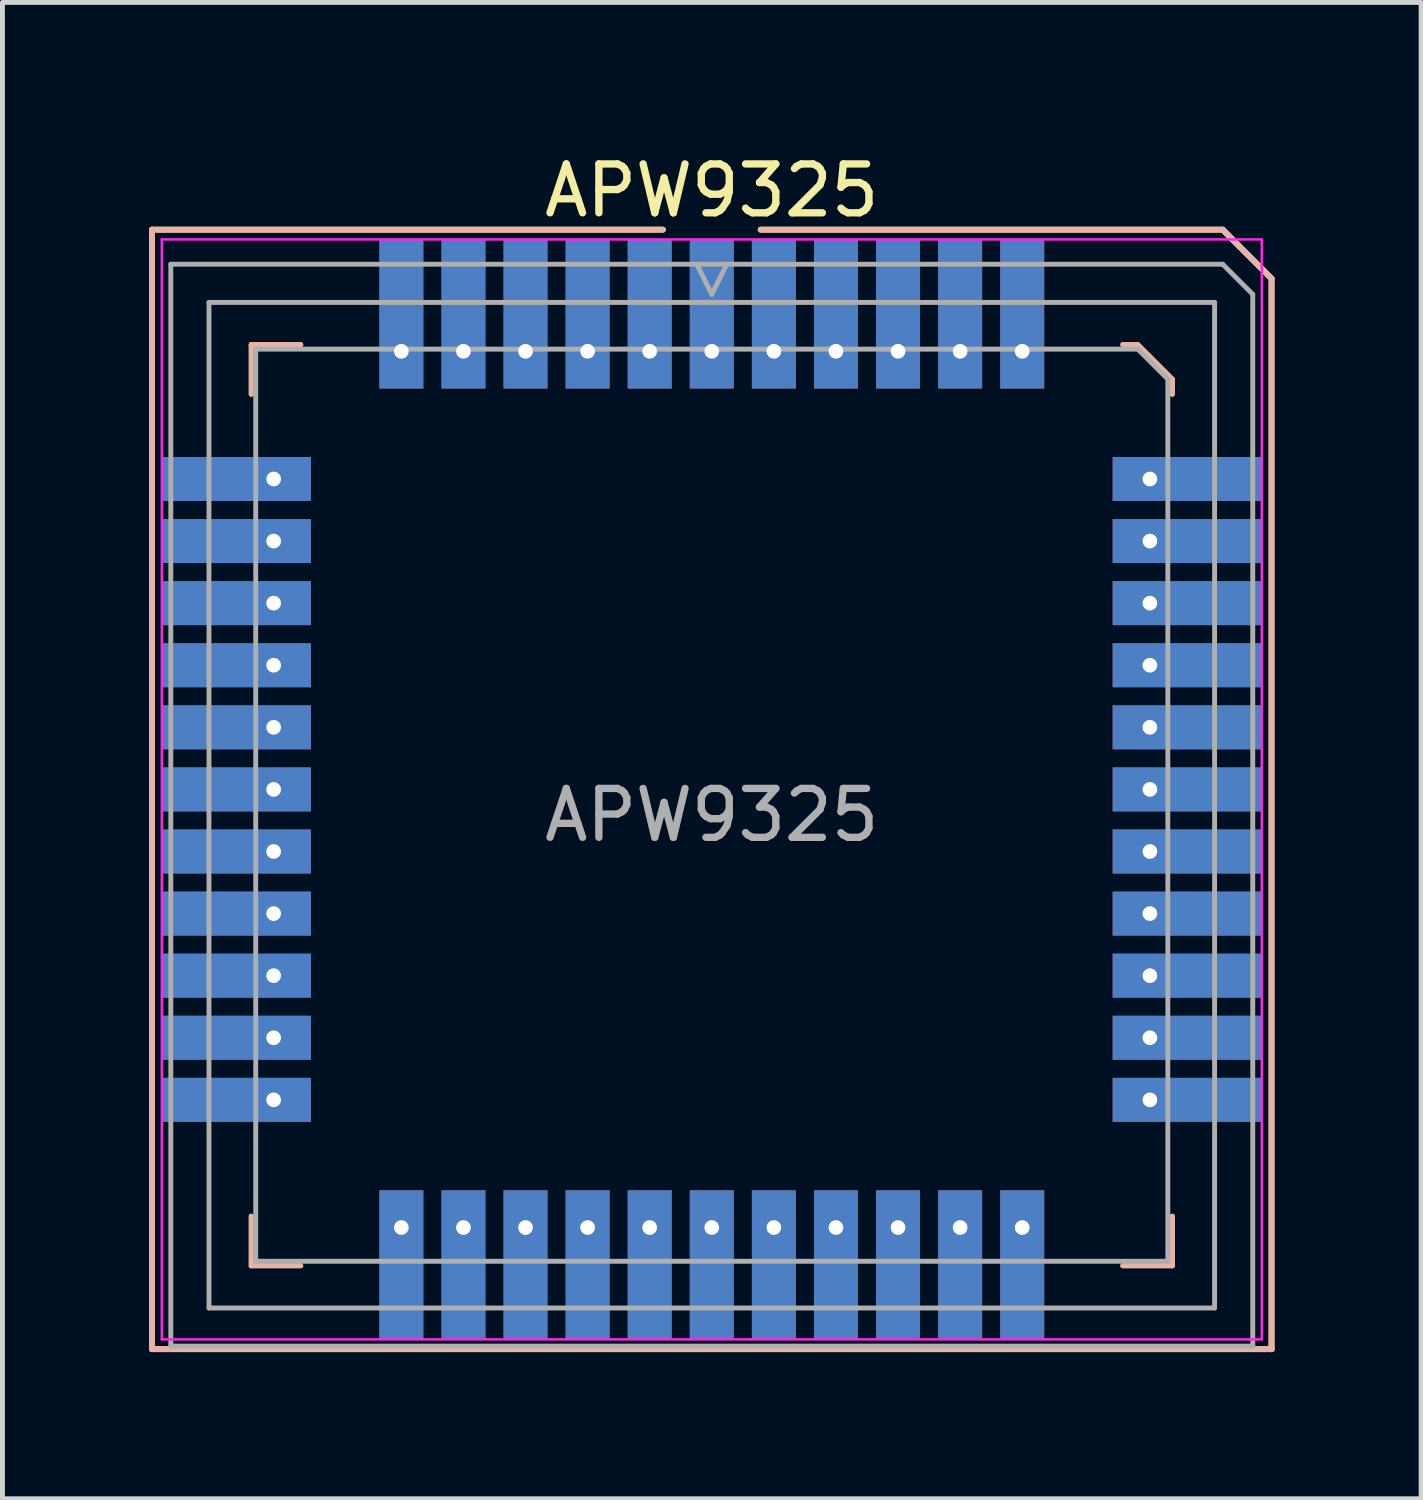
<source format=kicad_pcb>
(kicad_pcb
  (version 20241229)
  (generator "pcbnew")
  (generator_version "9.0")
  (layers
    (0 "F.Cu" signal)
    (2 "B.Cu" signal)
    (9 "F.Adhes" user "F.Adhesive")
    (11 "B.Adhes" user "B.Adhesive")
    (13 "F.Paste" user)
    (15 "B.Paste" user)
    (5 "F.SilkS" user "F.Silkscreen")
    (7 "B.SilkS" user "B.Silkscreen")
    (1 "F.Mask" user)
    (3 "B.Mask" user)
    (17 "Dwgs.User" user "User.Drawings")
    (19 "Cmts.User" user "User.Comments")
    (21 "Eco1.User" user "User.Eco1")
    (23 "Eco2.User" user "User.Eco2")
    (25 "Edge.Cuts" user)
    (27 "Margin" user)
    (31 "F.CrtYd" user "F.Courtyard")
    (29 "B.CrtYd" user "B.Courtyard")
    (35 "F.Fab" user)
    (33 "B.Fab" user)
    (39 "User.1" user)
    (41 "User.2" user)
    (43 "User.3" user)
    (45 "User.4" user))
  (footprint "APW9325"
    (layer "F.Cu")
    (at 11.51 13.098)
    (property "Reference" "APW9325" (at 0 -12.25 180) (layer "F.SilkS") (effects (font (size 1 1) (thickness 0.15))))
    (attr smd)
    (fp_line (start -11.45 -11.45) (end -1 -11.45) (stroke (width 0.12) (type solid)) (layer "F.SilkS"))
    (fp_line (start -11.45 11.45) (end -11.45 -11.45) (stroke (width 0.12) (type solid)) (layer "F.SilkS"))
    (fp_line (start -9.421 -9.098) (end -9.421 -8.084) (stroke (width 0.1) (type solid)) (layer "F.SilkS"))
    (fp_line (start -9.421 9.744) (end -9.421 8.73) (stroke (width 0.1) (type solid)) (layer "F.SilkS"))
    (fp_line (start -8.407 -9.098) (end -9.421 -9.098) (stroke (width 0.1) (type solid)) (layer "F.SilkS"))
    (fp_line (start -8.407 9.744) (end -9.421 9.744) (stroke (width 0.1) (type solid)) (layer "F.SilkS"))
    (fp_line (start 1 -11.45) (end 10.45 -11.45) (stroke (width 0.12) (type solid)) (layer "F.SilkS"))
    (fp_line (start 8.407 -9.098) (end 8.714 -9.098) (stroke (width 0.1) (type solid)) (layer "F.SilkS"))
    (fp_line (start 8.407 9.744) (end 9.421 9.744) (stroke (width 0.1) (type solid)) (layer "F.SilkS"))
    (fp_line (start 8.714 -9.098) (end 9.421 -8.391) (stroke (width 0.1) (type solid)) (layer "F.SilkS"))
    (fp_line (start 9.421 -8.391) (end 9.421 -8.084) (stroke (width 0.1) (type solid)) (layer "F.SilkS"))
    (fp_line (start 9.421 9.744) (end 9.421 8.73) (stroke (width 0.1) (type solid)) (layer "F.SilkS"))
    (fp_line (start 10.45 -11.45) (end 11.45 -10.45) (stroke (width 0.12) (type solid)) (layer "F.SilkS"))
    (fp_line (start 11.45 -10.45) (end 11.45 11.45) (stroke (width 0.12) (type solid)) (layer "F.SilkS"))
    (fp_line (start 11.45 11.45) (end -11.45 11.45) (stroke (width 0.12) (type solid)) (layer "F.SilkS"))
    (fp_line (start -11.45 -11.45) (end -1 -11.45) (stroke (width 0.12) (type solid)) (layer "B.SilkS"))
    (fp_line (start -11.45 11.45) (end -11.45 -11.45) (stroke (width 0.12) (type solid)) (layer "B.SilkS"))
    (fp_line (start -9.421 -9.098) (end -9.421 -8.084) (stroke (width 0.1) (type solid)) (layer "B.SilkS"))
    (fp_line (start -9.421 9.744) (end -9.421 8.73) (stroke (width 0.1) (type solid)) (layer "B.SilkS"))
    (fp_line (start -8.407 -9.098) (end -9.421 -9.098) (stroke (width 0.1) (type solid)) (layer "B.SilkS"))
    (fp_line (start -8.407 9.744) (end -9.421 9.744) (stroke (width 0.1) (type solid)) (layer "B.SilkS"))
    (fp_line (start 1 -11.45) (end 10.45 -11.45) (stroke (width 0.12) (type solid)) (layer "B.SilkS"))
    (fp_line (start 8.407 -9.098) (end 8.714 -9.098) (stroke (width 0.1) (type solid)) (layer "B.SilkS"))
    (fp_line (start 8.407 9.744) (end 9.421 9.744) (stroke (width 0.1) (type solid)) (layer "B.SilkS"))
    (fp_line (start 8.714 -9.098) (end 9.421 -8.391) (stroke (width 0.1) (type solid)) (layer "B.SilkS"))
    (fp_line (start 9.421 -8.391) (end 9.421 -8.084) (stroke (width 0.1) (type solid)) (layer "B.SilkS"))
    (fp_line (start 9.421 9.744) (end 9.421 8.73) (stroke (width 0.1) (type solid)) (layer "B.SilkS"))
    (fp_line (start 10.45 -11.45) (end 11.45 -10.45) (stroke (width 0.12) (type solid)) (layer "B.SilkS"))
    (fp_line (start 11.45 -10.45) (end 11.45 11.45) (stroke (width 0.12) (type solid)) (layer "B.SilkS"))
    (fp_line (start 11.45 11.45) (end -11.45 11.45) (stroke (width 0.12) (type solid)) (layer "B.SilkS"))
    (fp_line (start -11.25 -11.25) (end 11.25 -11.25) (stroke (width 0.05) (type solid)) (layer "F.CrtYd"))
    (fp_line (start -11.25 11.25) (end -11.25 -11.25) (stroke (width 0.05) (type solid)) (layer "F.CrtYd"))
    (fp_line (start 11.25 -11.25) (end 11.25 11.25) (stroke (width 0.05) (type solid)) (layer "F.CrtYd"))
    (fp_line (start 11.25 11.25) (end -11.25 11.25) (stroke (width 0.05) (type solid)) (layer "F.CrtYd"))
    (fp_line (start -11.066 -10.743) (end 10.451 -10.743) (stroke (width 0.1) (type solid)) (layer "F.Fab"))
    (fp_line (start -11.066 11.388) (end -11.066 -10.743) (stroke (width 0.1) (type solid)) (layer "F.Fab"))
    (fp_line (start -10.285 -9.962) (end 10.285 -9.962) (stroke (width 0.1) (type solid)) (layer "F.Fab"))
    (fp_line (start -10.285 10.608) (end -10.285 -9.962) (stroke (width 0.1) (type solid)) (layer "F.Fab"))
    (fp_line (start -9.329 -9.006) (end 8.714 -9.006) (stroke (width 0.1) (type solid)) (layer "F.Fab"))
    (fp_line (start -9.329 9.652) (end -9.329 -9.006) (stroke (width 0.1) (type solid)) (layer "F.Fab"))
    (fp_line (start 0 -10.128) (end -0.307 -10.743) (stroke (width 0.1) (type solid)) (layer "F.Fab"))
    (fp_line (start 0.307 -10.743) (end 0 -10.128) (stroke (width 0.1) (type solid)) (layer "F.Fab"))
    (fp_line (start 8.714 -9.006) (end 9.329 -8.391) (stroke (width 0.1) (type solid)) (layer "F.Fab"))
    (fp_line (start 9.329 -8.391) (end 9.329 9.652) (stroke (width 0.1) (type solid)) (layer "F.Fab"))
    (fp_line (start 9.329 9.652) (end -9.329 9.652) (stroke (width 0.1) (type solid)) (layer "F.Fab"))
    (fp_line (start 10.285 -9.962) (end 10.285 10.608) (stroke (width 0.1) (type solid)) (layer "F.Fab"))
    (fp_line (start 10.285 10.608) (end -10.285 10.608) (stroke (width 0.1) (type solid)) (layer "F.Fab"))
    (fp_line (start 10.451 -10.743) (end 11.066 -10.128) (stroke (width 0.1) (type solid)) (layer "F.Fab"))
    (fp_line (start 11.066 -10.128) (end 11.066 11.388) (stroke (width 0.1) (type solid)) (layer "F.Fab"))
    (fp_line (start 11.066 11.388) (end -11.066 11.388) (stroke (width 0.1) (type solid)) (layer "F.Fab"))
    (fp_text user "${REFERENCE}" (at 0 0.525 180) (layer "F.Fab") (effects (font (size 1 1) (thickness 0.15))))
    (pad "1" thru_hole rect (at 0 -8.962) (size 0.9 3.05) (drill 0.3 (offset 0 -0.763)) (layers "*.Cu" "*.Mask"))
    (pad "2" thru_hole rect (at 1.27 -8.962) (size 0.9 3.05) (drill 0.3 (offset 0 -0.763)) (layers "*.Cu" "*.Mask"))
    (pad "3" thru_hole rect (at 2.54 -8.962) (size 0.9 3.05) (drill 0.3 (offset 0 -0.763)) (layers "*.Cu" "*.Mask"))
    (pad "4" thru_hole rect (at 3.81 -8.962) (size 0.9 3.05) (drill 0.3 (offset 0 -0.763)) (layers "*.Cu" "*.Mask"))
    (pad "5" thru_hole rect (at 5.08 -8.962) (size 0.9 3.05) (drill 0.3 (offset 0 -0.763)) (layers "*.Cu" "*.Mask"))
    (pad "6" thru_hole rect (at 6.35 -8.962) (size 0.9 3.05) (drill 0.3 (offset 0 -0.763)) (layers "*.Cu" "*.Mask"))
    (pad "7" thru_hole rect (at 8.962 -6.35) (size 3.05 0.9) (drill 0.3 (offset 0.763 0)) (layers "*.Cu" "*.Mask"))
    (pad "8" thru_hole rect (at 8.962 -5.08) (size 3.05 0.9) (drill 0.3 (offset 0.763 0)) (layers "*.Cu" "*.Mask"))
    (pad "9" thru_hole rect (at 8.962 -3.81) (size 3.05 0.9) (drill 0.3 (offset 0.763 0)) (layers "*.Cu" "*.Mask"))
    (pad "10" thru_hole rect (at 8.962 -2.54) (size 3.05 0.9) (drill 0.3 (offset 0.763 0)) (layers "*.Cu" "*.Mask"))
    (pad "11" thru_hole rect (at 8.962 -1.27) (size 3.05 0.9) (drill 0.3 (offset 0.763 0)) (layers "*.Cu" "*.Mask"))
    (pad "12" thru_hole rect (at 8.962 0) (size 3.05 0.9) (drill 0.3 (offset 0.763 0)) (layers "*.Cu" "*.Mask"))
    (pad "13" thru_hole rect (at 8.962 1.27) (size 3.05 0.9) (drill 0.3 (offset 0.763 0)) (layers "*.Cu" "*.Mask"))
    (pad "14" thru_hole rect (at 8.962 2.54) (size 3.05 0.9) (drill 0.3 (offset 0.763 0)) (layers "*.Cu" "*.Mask"))
    (pad "15" thru_hole rect (at 8.962 3.81) (size 3.05 0.9) (drill 0.3 (offset 0.763 0)) (layers "*.Cu" "*.Mask"))
    (pad "16" thru_hole rect (at 8.962 5.08) (size 3.05 0.9) (drill 0.3 (offset 0.763 0)) (layers "*.Cu" "*.Mask"))
    (pad "17" thru_hole rect (at 8.962 6.35) (size 3.05 0.9) (drill 0.3 (offset 0.763 0)) (layers "*.Cu" "*.Mask"))
    (pad "18" thru_hole rect (at 6.35 8.962) (size 0.9 3.05) (drill 0.3 (offset 0 0.763)) (layers "*.Cu" "*.Mask"))
    (pad "19" thru_hole rect (at 5.08 8.962) (size 0.9 3.05) (drill 0.3 (offset 0 0.763)) (layers "*.Cu" "*.Mask"))
    (pad "20" thru_hole rect (at 3.81 8.962) (size 0.9 3.05) (drill 0.3 (offset 0 0.763)) (layers "*.Cu" "*.Mask"))
    (pad "21" thru_hole rect (at 2.54 8.962) (size 0.9 3.05) (drill 0.3 (offset 0 0.763)) (layers "*.Cu" "*.Mask"))
    (pad "22" thru_hole rect (at 1.27 8.962) (size 0.9 3.05) (drill 0.3 (offset 0 0.763)) (layers "*.Cu" "*.Mask"))
    (pad "23" thru_hole rect (at 0 8.962) (size 0.9 3.05) (drill 0.3 (offset 0 0.763)) (layers "*.Cu" "*.Mask"))
    (pad "24" thru_hole rect (at -1.27 8.962) (size 0.9 3.05) (drill 0.3 (offset 0 0.763)) (layers "*.Cu" "*.Mask"))
    (pad "25" thru_hole rect (at -2.54 8.962) (size 0.9 3.05) (drill 0.3 (offset 0 0.763)) (layers "*.Cu" "*.Mask"))
    (pad "26" thru_hole rect (at -3.81 8.962) (size 0.9 3.05) (drill 0.3 (offset 0 0.763)) (layers "*.Cu" "*.Mask"))
    (pad "27" thru_hole rect (at -5.08 8.962) (size 0.9 3.05) (drill 0.3 (offset 0 0.763)) (layers "*.Cu" "*.Mask"))
    (pad "28" thru_hole rect (at -6.35 8.962) (size 0.9 3.05) (drill 0.3 (offset 0 0.763)) (layers "*.Cu" "*.Mask"))
    (pad "29" thru_hole rect (at -8.962 6.35) (size 3.05 0.9) (drill 0.3 (offset -0.763 0)) (layers "*.Cu" "*.Mask"))
    (pad "30" thru_hole rect (at -8.962 5.08) (size 3.05 0.9) (drill 0.3 (offset -0.763 0)) (layers "*.Cu" "*.Mask"))
    (pad "31" thru_hole rect (at -8.962 3.81) (size 3.05 0.9) (drill 0.3 (offset -0.763 0)) (layers "*.Cu" "*.Mask"))
    (pad "32" thru_hole rect (at -8.962 2.54) (size 3.05 0.9) (drill 0.3 (offset -0.763 0)) (layers "*.Cu" "*.Mask"))
    (pad "33" thru_hole rect (at -8.962 1.27) (size 3.05 0.9) (drill 0.3 (offset -0.763 0)) (layers "*.Cu" "*.Mask"))
    (pad "34" thru_hole rect (at -8.962 0) (size 3.05 0.9) (drill 0.3 (offset -0.763 0)) (layers "*.Cu" "*.Mask"))
    (pad "35" thru_hole rect (at -8.962 -1.27) (size 3.05 0.9) (drill 0.3 (offset -0.763 0)) (layers "*.Cu" "*.Mask"))
    (pad "36" thru_hole rect (at -8.962 -2.54) (size 3.05 0.9) (drill 0.3 (offset -0.763 0)) (layers "*.Cu" "*.Mask"))
    (pad "37" thru_hole rect (at -8.962 -3.81) (size 3.05 0.9) (drill 0.3 (offset -0.763 0)) (layers "*.Cu" "*.Mask"))
    (pad "38" thru_hole rect (at -8.962 -5.08) (size 3.05 0.9) (drill 0.3 (offset -0.763 0)) (layers "*.Cu" "*.Mask"))
    (pad "39" thru_hole rect (at -8.962 -6.35) (size 3.05 0.9) (drill 0.3 (offset -0.763 0)) (layers "*.Cu" "*.Mask"))
    (pad "40" thru_hole rect (at -6.35 -8.962) (size 0.9 3.05) (drill 0.3 (offset 0 -0.763)) (layers "*.Cu" "*.Mask"))
    (pad "41" thru_hole rect (at -5.08 -8.962) (size 0.9 3.05) (drill 0.3 (offset 0 -0.763)) (layers "*.Cu" "*.Mask"))
    (pad "42" thru_hole rect (at -3.81 -8.962) (size 0.9 3.05) (drill 0.3 (offset 0 -0.763)) (layers "*.Cu" "*.Mask"))
    (pad "43" thru_hole rect (at -2.54 -8.962) (size 0.9 3.05) (drill 0.3 (offset 0 -0.763)) (layers "*.Cu" "*.Mask"))
    (pad "44" thru_hole rect (at -1.27 -8.962) (size 0.9 3.05) (drill 0.3 (offset 0 -0.763)) (layers "*.Cu" "*.Mask")))
  (gr_rect
    (start -3 -3)
    (end 26.02 27.608)
    (stroke (width 0.1) (type default))
    (fill no)
    (layer "Edge.Cuts")))
</source>
